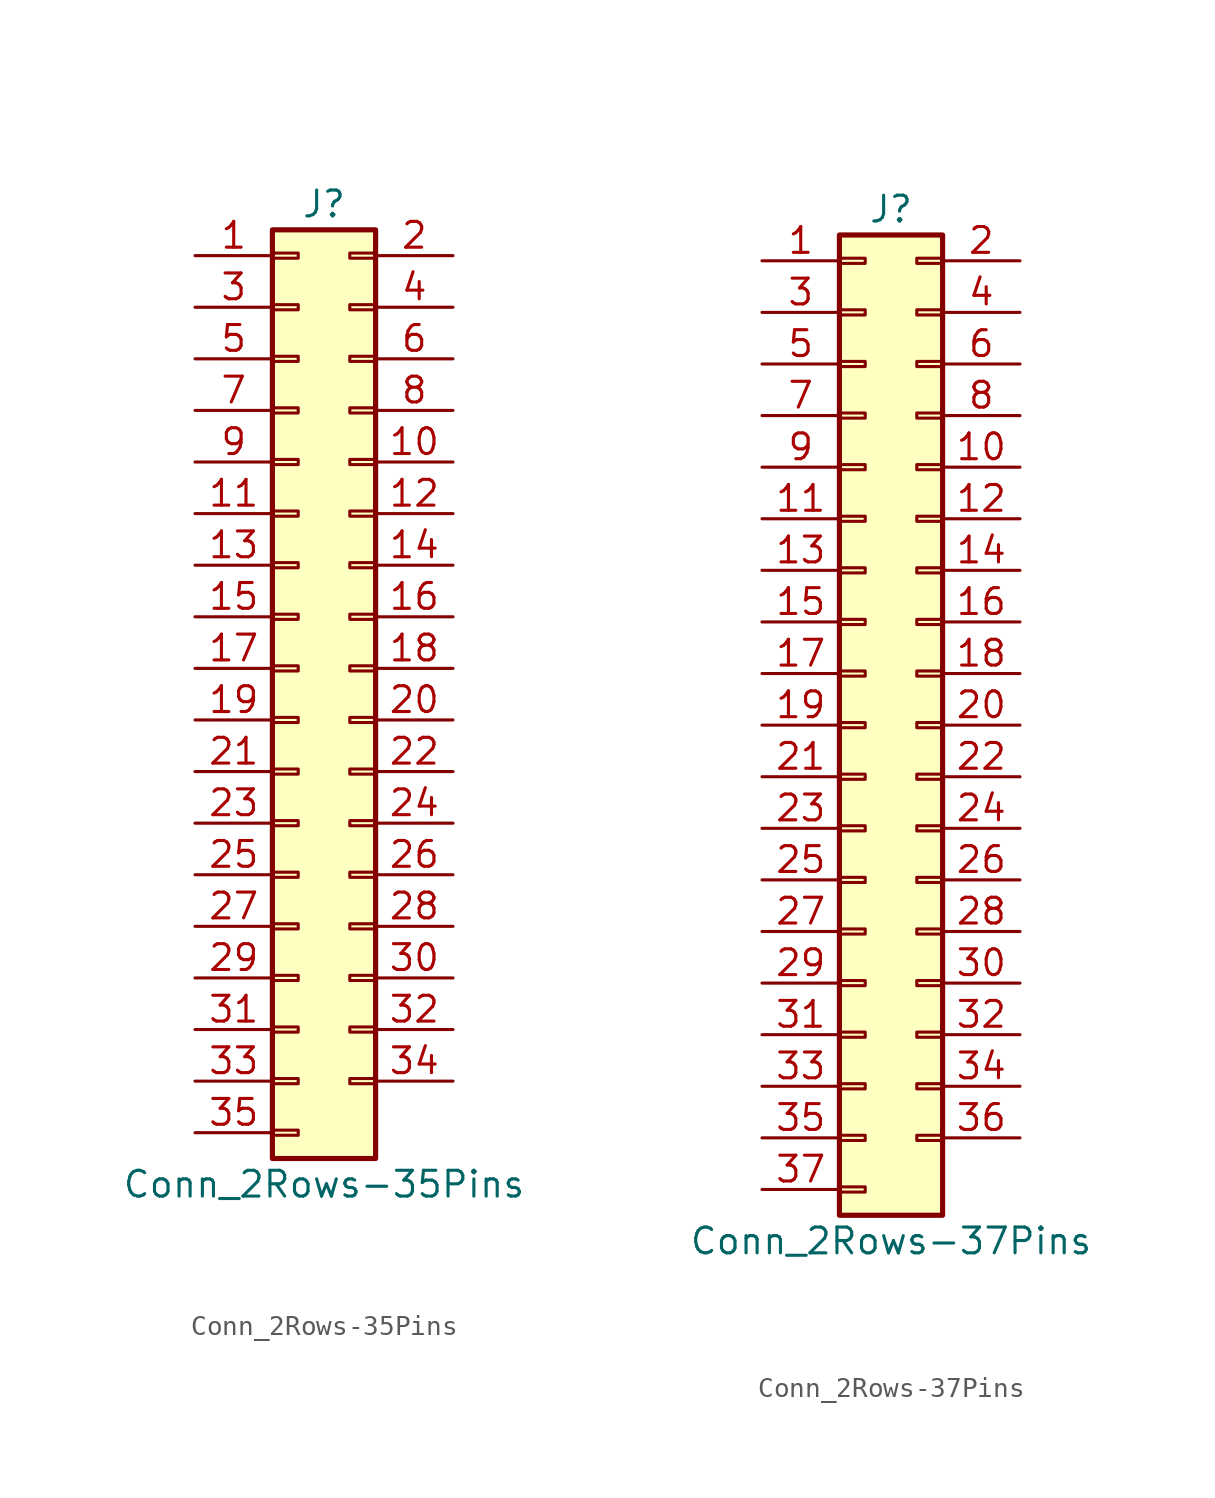
<source format=kicad_sym>
(kicad_symbol_lib
  (version 20200908)
  (generator kicad_symbol_editor)
  (symbol "Connector_Generic:Conn_2Rows-35Pins"
    (pin_names
      (offset 1.016) hide)
    (property "Reference" "J"
      (at 1.27 22.86 0)
      (effects (font (size 1.27 1.27))))
    (property "Value" "Conn_2Rows-35Pins"
      (at 1.27 -25.4 0)
      (effects (font (size 1.27 1.27))))
    (symbol "Conn_2Rows-35Pins_1_1"
      (rectangle (start -1.27 -4.953) (end 0 -5.207) (stroke (width 0.152)) (fill (type none)))
      (rectangle (start -1.27 -7.493) (end 0 -7.747) (stroke (width 0.152)) (fill (type none)))
      (rectangle (start -1.27 -10.033) (end 0 -10.287) (stroke (width 0.152)) (fill (type none)))
      (rectangle (start -1.27 -12.573) (end 0 -12.827) (stroke (width 0.152)) (fill (type none)))
      (rectangle (start -1.27 -15.113) (end 0 -15.367) (stroke (width 0.152)) (fill (type none)))
      (rectangle (start -1.27 -17.653) (end 0 -17.907) (stroke (width 0.152)) (fill (type none)))
      (rectangle (start -1.27 -20.193) (end 0 -20.447) (stroke (width 0.152)) (fill (type none)))
      (rectangle (start -1.27 -22.733) (end 0 -22.987) (stroke (width 0.152)) (fill (type none)))
      (rectangle (start -1.27 -2.413) (end 0 -2.667) (stroke (width 0.152)) (fill (type none)))
      (rectangle (start -1.27 2.667) (end 0 2.413) (stroke (width 0.152)) (fill (type none)))
      (rectangle (start -1.27 5.207) (end 0 4.953) (stroke (width 0.152)) (fill (type none)))
      (rectangle (start -1.27 7.747) (end 0 7.493) (stroke (width 0.152)) (fill (type none)))
      (rectangle (start -1.27 10.287) (end 0 10.033) (stroke (width 0.152)) (fill (type none)))
      (rectangle (start -1.27 0.127) (end 0 -0.127) (stroke (width 0.152)) (fill (type none)))
      (rectangle (start -1.27 12.827) (end 0 12.573) (stroke (width 0.152)) (fill (type none)))
      (rectangle (start -1.27 15.367) (end 0 15.113) (stroke (width 0.152)) (fill (type none)))
      (rectangle (start -1.27 17.907) (end 0 17.653) (stroke (width 0.152)) (fill (type none)))
      (rectangle (start -1.27 20.447) (end 0 20.193) (stroke (width 0.152)) (fill (type none)))
      (rectangle (start -1.27 21.59) (end 3.81 -24.13) (stroke (width 0.254)) (fill (type background)))
      (rectangle (start 3.81 -4.953) (end 2.54 -5.207) (stroke (width 0.152)) (fill (type none)))
      (rectangle (start 3.81 -7.493) (end 2.54 -7.747) (stroke (width 0.152)) (fill (type none)))
      (rectangle (start 3.81 -10.033) (end 2.54 -10.287) (stroke (width 0.152)) (fill (type none)))
      (rectangle (start 3.81 -12.573) (end 2.54 -12.827) (stroke (width 0.152)) (fill (type none)))
      (rectangle (start 3.81 -15.113) (end 2.54 -15.367) (stroke (width 0.152)) (fill (type none)))
      (rectangle (start 3.81 -17.653) (end 2.54 -17.907) (stroke (width 0.152)) (fill (type none)))
      (rectangle (start 3.81 -20.193) (end 2.54 -20.447) (stroke (width 0.152)) (fill (type none)))
      (rectangle (start 3.81 -2.413) (end 2.54 -2.667) (stroke (width 0.152)) (fill (type none)))
      (rectangle (start 3.81 2.667) (end 2.54 2.413) (stroke (width 0.152)) (fill (type none)))
      (rectangle (start 3.81 5.207) (end 2.54 4.953) (stroke (width 0.152)) (fill (type none)))
      (rectangle (start 3.81 7.747) (end 2.54 7.493) (stroke (width 0.152)) (fill (type none)))
      (rectangle (start 3.81 10.287) (end 2.54 10.033) (stroke (width 0.152)) (fill (type none)))
      (rectangle (start 3.81 0.127) (end 2.54 -0.127) (stroke (width 0.152)) (fill (type none)))
      (rectangle (start 3.81 12.827) (end 2.54 12.573) (stroke (width 0.152)) (fill (type none)))
      (rectangle (start 3.81 15.367) (end 2.54 15.113) (stroke (width 0.152)) (fill (type none)))
      (rectangle (start 3.81 17.907) (end 2.54 17.653) (stroke (width 0.152)) (fill (type none)))
      (rectangle (start 3.81 20.447) (end 2.54 20.193) (stroke (width 0.152)) (fill (type none)))
      (pin passive line (at -5.08 20.32 0) (length 3.81) (name "Pin_1" (effects (font (size 1.27 1.27)))) (number "1" (effects (font (size 1.27 1.27)))))
      (pin passive line (at 7.62 10.16 180) (length 3.81) (name "Pin_10" (effects (font (size 1.27 1.27)))) (number "10" (effects (font (size 1.27 1.27)))))
      (pin passive line (at -5.08 7.62 0) (length 3.81) (name "Pin_11" (effects (font (size 1.27 1.27)))) (number "11" (effects (font (size 1.27 1.27)))))
      (pin passive line (at 7.62 7.62 180) (length 3.81) (name "Pin_12" (effects (font (size 1.27 1.27)))) (number "12" (effects (font (size 1.27 1.27)))))
      (pin passive line (at -5.08 5.08 0) (length 3.81) (name "Pin_13" (effects (font (size 1.27 1.27)))) (number "13" (effects (font (size 1.27 1.27)))))
      (pin passive line (at 7.62 5.08 180) (length 3.81) (name "Pin_14" (effects (font (size 1.27 1.27)))) (number "14" (effects (font (size 1.27 1.27)))))
      (pin passive line (at -5.08 2.54 0) (length 3.81) (name "Pin_15" (effects (font (size 1.27 1.27)))) (number "15" (effects (font (size 1.27 1.27)))))
      (pin passive line (at 7.62 2.54 180) (length 3.81) (name "Pin_16" (effects (font (size 1.27 1.27)))) (number "16" (effects (font (size 1.27 1.27)))))
      (pin passive line (at -5.08 0 0) (length 3.81) (name "Pin_17" (effects (font (size 1.27 1.27)))) (number "17" (effects (font (size 1.27 1.27)))))
      (pin passive line (at 7.62 0 180) (length 3.81) (name "Pin_18" (effects (font (size 1.27 1.27)))) (number "18" (effects (font (size 1.27 1.27)))))
      (pin passive line (at -5.08 -2.54 0) (length 3.81) (name "Pin_19" (effects (font (size 1.27 1.27)))) (number "19" (effects (font (size 1.27 1.27)))))
      (pin passive line (at 7.62 20.32 180) (length 3.81) (name "Pin_2" (effects (font (size 1.27 1.27)))) (number "2" (effects (font (size 1.27 1.27)))))
      (pin passive line (at 7.62 -2.54 180) (length 3.81) (name "Pin_20" (effects (font (size 1.27 1.27)))) (number "20" (effects (font (size 1.27 1.27)))))
      (pin passive line (at -5.08 -5.08 0) (length 3.81) (name "Pin_21" (effects (font (size 1.27 1.27)))) (number "21" (effects (font (size 1.27 1.27)))))
      (pin passive line (at 7.62 -5.08 180) (length 3.81) (name "Pin_22" (effects (font (size 1.27 1.27)))) (number "22" (effects (font (size 1.27 1.27)))))
      (pin passive line (at -5.08 -7.62 0) (length 3.81) (name "Pin_23" (effects (font (size 1.27 1.27)))) (number "23" (effects (font (size 1.27 1.27)))))
      (pin passive line (at 7.62 -7.62 180) (length 3.81) (name "Pin_24" (effects (font (size 1.27 1.27)))) (number "24" (effects (font (size 1.27 1.27)))))
      (pin passive line (at -5.08 -10.16 0) (length 3.81) (name "Pin_25" (effects (font (size 1.27 1.27)))) (number "25" (effects (font (size 1.27 1.27)))))
      (pin passive line (at 7.62 -10.16 180) (length 3.81) (name "Pin_26" (effects (font (size 1.27 1.27)))) (number "26" (effects (font (size 1.27 1.27)))))
      (pin passive line (at -5.08 -12.7 0) (length 3.81) (name "Pin_27" (effects (font (size 1.27 1.27)))) (number "27" (effects (font (size 1.27 1.27)))))
      (pin passive line (at 7.62 -12.7 180) (length 3.81) (name "Pin_28" (effects (font (size 1.27 1.27)))) (number "28" (effects (font (size 1.27 1.27)))))
      (pin passive line (at -5.08 -15.24 0) (length 3.81) (name "Pin_29" (effects (font (size 1.27 1.27)))) (number "29" (effects (font (size 1.27 1.27)))))
      (pin passive line (at -5.08 17.78 0) (length 3.81) (name "Pin_3" (effects (font (size 1.27 1.27)))) (number "3" (effects (font (size 1.27 1.27)))))
      (pin passive line (at 7.62 -15.24 180) (length 3.81) (name "Pin_30" (effects (font (size 1.27 1.27)))) (number "30" (effects (font (size 1.27 1.27)))))
      (pin passive line (at -5.08 -17.78 0) (length 3.81) (name "Pin_31" (effects (font (size 1.27 1.27)))) (number "31" (effects (font (size 1.27 1.27)))))
      (pin passive line (at 7.62 -17.78 180) (length 3.81) (name "Pin_32" (effects (font (size 1.27 1.27)))) (number "32" (effects (font (size 1.27 1.27)))))
      (pin passive line (at -5.08 -20.32 0) (length 3.81) (name "Pin_33" (effects (font (size 1.27 1.27)))) (number "33" (effects (font (size 1.27 1.27)))))
      (pin passive line (at 7.62 -20.32 180) (length 3.81) (name "Pin_34" (effects (font (size 1.27 1.27)))) (number "34" (effects (font (size 1.27 1.27)))))
      (pin passive line (at -5.08 -22.86 0) (length 3.81) (name "Pin_35" (effects (font (size 1.27 1.27)))) (number "35" (effects (font (size 1.27 1.27)))))
      (pin passive line (at 7.62 17.78 180) (length 3.81) (name "Pin_4" (effects (font (size 1.27 1.27)))) (number "4" (effects (font (size 1.27 1.27)))))
      (pin passive line (at -5.08 15.24 0) (length 3.81) (name "Pin_5" (effects (font (size 1.27 1.27)))) (number "5" (effects (font (size 1.27 1.27)))))
      (pin passive line (at 7.62 15.24 180) (length 3.81) (name "Pin_6" (effects (font (size 1.27 1.27)))) (number "6" (effects (font (size 1.27 1.27)))))
      (pin passive line (at -5.08 12.7 0) (length 3.81) (name "Pin_7" (effects (font (size 1.27 1.27)))) (number "7" (effects (font (size 1.27 1.27)))))
      (pin passive line (at 7.62 12.7 180) (length 3.81) (name "Pin_8" (effects (font (size 1.27 1.27)))) (number "8" (effects (font (size 1.27 1.27)))))
      (pin passive line (at -5.08 10.16 0) (length 3.81) (name "Pin_9" (effects (font (size 1.27 1.27)))) (number "9" (effects (font (size 1.27 1.27)))))))
  (symbol "Connector_Generic:Conn_2Rows-37Pins"
    (pin_names
      (offset 1.016) hide)
    (property "Reference" "J"
      (at 1.27 25.4 0)
      (effects (font (size 1.27 1.27))))
    (property "Value" "Conn_2Rows-37Pins"
      (at 1.27 -25.4 0)
      (effects (font (size 1.27 1.27))))
    (symbol "Conn_2Rows-37Pins_1_1"
      (rectangle (start -1.27 -4.953) (end 0 -5.207) (stroke (width 0.152)) (fill (type none)))
      (rectangle (start -1.27 -7.493) (end 0 -7.747) (stroke (width 0.152)) (fill (type none)))
      (rectangle (start -1.27 -10.033) (end 0 -10.287) (stroke (width 0.152)) (fill (type none)))
      (rectangle (start -1.27 -12.573) (end 0 -12.827) (stroke (width 0.152)) (fill (type none)))
      (rectangle (start -1.27 -15.113) (end 0 -15.367) (stroke (width 0.152)) (fill (type none)))
      (rectangle (start -1.27 -17.653) (end 0 -17.907) (stroke (width 0.152)) (fill (type none)))
      (rectangle (start -1.27 -20.193) (end 0 -20.447) (stroke (width 0.152)) (fill (type none)))
      (rectangle (start -1.27 -22.733) (end 0 -22.987) (stroke (width 0.152)) (fill (type none)))
      (rectangle (start -1.27 -2.413) (end 0 -2.667) (stroke (width 0.152)) (fill (type none)))
      (rectangle (start -1.27 2.667) (end 0 2.413) (stroke (width 0.152)) (fill (type none)))
      (rectangle (start -1.27 5.207) (end 0 4.953) (stroke (width 0.152)) (fill (type none)))
      (rectangle (start -1.27 7.747) (end 0 7.493) (stroke (width 0.152)) (fill (type none)))
      (rectangle (start -1.27 10.287) (end 0 10.033) (stroke (width 0.152)) (fill (type none)))
      (rectangle (start -1.27 0.127) (end 0 -0.127) (stroke (width 0.152)) (fill (type none)))
      (rectangle (start -1.27 12.827) (end 0 12.573) (stroke (width 0.152)) (fill (type none)))
      (rectangle (start -1.27 15.367) (end 0 15.113) (stroke (width 0.152)) (fill (type none)))
      (rectangle (start -1.27 17.907) (end 0 17.653) (stroke (width 0.152)) (fill (type none)))
      (rectangle (start -1.27 20.447) (end 0 20.193) (stroke (width 0.152)) (fill (type none)))
      (rectangle (start -1.27 22.987) (end 0 22.733) (stroke (width 0.152)) (fill (type none)))
      (rectangle (start -1.27 24.13) (end 3.81 -24.13) (stroke (width 0.254)) (fill (type background)))
      (rectangle (start 3.81 -4.953) (end 2.54 -5.207) (stroke (width 0.152)) (fill (type none)))
      (rectangle (start 3.81 -7.493) (end 2.54 -7.747) (stroke (width 0.152)) (fill (type none)))
      (rectangle (start 3.81 -10.033) (end 2.54 -10.287) (stroke (width 0.152)) (fill (type none)))
      (rectangle (start 3.81 -12.573) (end 2.54 -12.827) (stroke (width 0.152)) (fill (type none)))
      (rectangle (start 3.81 -15.113) (end 2.54 -15.367) (stroke (width 0.152)) (fill (type none)))
      (rectangle (start 3.81 -17.653) (end 2.54 -17.907) (stroke (width 0.152)) (fill (type none)))
      (rectangle (start 3.81 -20.193) (end 2.54 -20.447) (stroke (width 0.152)) (fill (type none)))
      (rectangle (start 3.81 -2.413) (end 2.54 -2.667) (stroke (width 0.152)) (fill (type none)))
      (rectangle (start 3.81 2.667) (end 2.54 2.413) (stroke (width 0.152)) (fill (type none)))
      (rectangle (start 3.81 5.207) (end 2.54 4.953) (stroke (width 0.152)) (fill (type none)))
      (rectangle (start 3.81 7.747) (end 2.54 7.493) (stroke (width 0.152)) (fill (type none)))
      (rectangle (start 3.81 10.287) (end 2.54 10.033) (stroke (width 0.152)) (fill (type none)))
      (rectangle (start 3.81 0.127) (end 2.54 -0.127) (stroke (width 0.152)) (fill (type none)))
      (rectangle (start 3.81 12.827) (end 2.54 12.573) (stroke (width 0.152)) (fill (type none)))
      (rectangle (start 3.81 15.367) (end 2.54 15.113) (stroke (width 0.152)) (fill (type none)))
      (rectangle (start 3.81 17.907) (end 2.54 17.653) (stroke (width 0.152)) (fill (type none)))
      (rectangle (start 3.81 20.447) (end 2.54 20.193) (stroke (width 0.152)) (fill (type none)))
      (rectangle (start 3.81 22.987) (end 2.54 22.733) (stroke (width 0.152)) (fill (type none)))
      (pin passive line (at -5.08 22.86 0) (length 3.81) (name "Pin_1" (effects (font (size 1.27 1.27)))) (number "1" (effects (font (size 1.27 1.27)))))
      (pin passive line (at 7.62 12.7 180) (length 3.81) (name "Pin_10" (effects (font (size 1.27 1.27)))) (number "10" (effects (font (size 1.27 1.27)))))
      (pin passive line (at -5.08 10.16 0) (length 3.81) (name "Pin_11" (effects (font (size 1.27 1.27)))) (number "11" (effects (font (size 1.27 1.27)))))
      (pin passive line (at 7.62 10.16 180) (length 3.81) (name "Pin_12" (effects (font (size 1.27 1.27)))) (number "12" (effects (font (size 1.27 1.27)))))
      (pin passive line (at -5.08 7.62 0) (length 3.81) (name "Pin_13" (effects (font (size 1.27 1.27)))) (number "13" (effects (font (size 1.27 1.27)))))
      (pin passive line (at 7.62 7.62 180) (length 3.81) (name "Pin_14" (effects (font (size 1.27 1.27)))) (number "14" (effects (font (size 1.27 1.27)))))
      (pin passive line (at -5.08 5.08 0) (length 3.81) (name "Pin_15" (effects (font (size 1.27 1.27)))) (number "15" (effects (font (size 1.27 1.27)))))
      (pin passive line (at 7.62 5.08 180) (length 3.81) (name "Pin_16" (effects (font (size 1.27 1.27)))) (number "16" (effects (font (size 1.27 1.27)))))
      (pin passive line (at -5.08 2.54 0) (length 3.81) (name "Pin_17" (effects (font (size 1.27 1.27)))) (number "17" (effects (font (size 1.27 1.27)))))
      (pin passive line (at 7.62 2.54 180) (length 3.81) (name "Pin_18" (effects (font (size 1.27 1.27)))) (number "18" (effects (font (size 1.27 1.27)))))
      (pin passive line (at -5.08 0 0) (length 3.81) (name "Pin_19" (effects (font (size 1.27 1.27)))) (number "19" (effects (font (size 1.27 1.27)))))
      (pin passive line (at 7.62 22.86 180) (length 3.81) (name "Pin_2" (effects (font (size 1.27 1.27)))) (number "2" (effects (font (size 1.27 1.27)))))
      (pin passive line (at 7.62 0 180) (length 3.81) (name "Pin_20" (effects (font (size 1.27 1.27)))) (number "20" (effects (font (size 1.27 1.27)))))
      (pin passive line (at -5.08 -2.54 0) (length 3.81) (name "Pin_21" (effects (font (size 1.27 1.27)))) (number "21" (effects (font (size 1.27 1.27)))))
      (pin passive line (at 7.62 -2.54 180) (length 3.81) (name "Pin_22" (effects (font (size 1.27 1.27)))) (number "22" (effects (font (size 1.27 1.27)))))
      (pin passive line (at -5.08 -5.08 0) (length 3.81) (name "Pin_23" (effects (font (size 1.27 1.27)))) (number "23" (effects (font (size 1.27 1.27)))))
      (pin passive line (at 7.62 -5.08 180) (length 3.81) (name "Pin_24" (effects (font (size 1.27 1.27)))) (number "24" (effects (font (size 1.27 1.27)))))
      (pin passive line (at -5.08 -7.62 0) (length 3.81) (name "Pin_25" (effects (font (size 1.27 1.27)))) (number "25" (effects (font (size 1.27 1.27)))))
      (pin passive line (at 7.62 -7.62 180) (length 3.81) (name "Pin_26" (effects (font (size 1.27 1.27)))) (number "26" (effects (font (size 1.27 1.27)))))
      (pin passive line (at -5.08 -10.16 0) (length 3.81) (name "Pin_27" (effects (font (size 1.27 1.27)))) (number "27" (effects (font (size 1.27 1.27)))))
      (pin passive line (at 7.62 -10.16 180) (length 3.81) (name "Pin_28" (effects (font (size 1.27 1.27)))) (number "28" (effects (font (size 1.27 1.27)))))
      (pin passive line (at -5.08 -12.7 0) (length 3.81) (name "Pin_29" (effects (font (size 1.27 1.27)))) (number "29" (effects (font (size 1.27 1.27)))))
      (pin passive line (at -5.08 20.32 0) (length 3.81) (name "Pin_3" (effects (font (size 1.27 1.27)))) (number "3" (effects (font (size 1.27 1.27)))))
      (pin passive line (at 7.62 -12.7 180) (length 3.81) (name "Pin_30" (effects (font (size 1.27 1.27)))) (number "30" (effects (font (size 1.27 1.27)))))
      (pin passive line (at -5.08 -15.24 0) (length 3.81) (name "Pin_31" (effects (font (size 1.27 1.27)))) (number "31" (effects (font (size 1.27 1.27)))))
      (pin passive line (at 7.62 -15.24 180) (length 3.81) (name "Pin_32" (effects (font (size 1.27 1.27)))) (number "32" (effects (font (size 1.27 1.27)))))
      (pin passive line (at -5.08 -17.78 0) (length 3.81) (name "Pin_33" (effects (font (size 1.27 1.27)))) (number "33" (effects (font (size 1.27 1.27)))))
      (pin passive line (at 7.62 -17.78 180) (length 3.81) (name "Pin_34" (effects (font (size 1.27 1.27)))) (number "34" (effects (font (size 1.27 1.27)))))
      (pin passive line (at -5.08 -20.32 0) (length 3.81) (name "Pin_35" (effects (font (size 1.27 1.27)))) (number "35" (effects (font (size 1.27 1.27)))))
      (pin passive line (at 7.62 -20.32 180) (length 3.81) (name "Pin_36" (effects (font (size 1.27 1.27)))) (number "36" (effects (font (size 1.27 1.27)))))
      (pin passive line (at -5.08 -22.86 0) (length 3.81) (name "Pin_37" (effects (font (size 1.27 1.27)))) (number "37" (effects (font (size 1.27 1.27)))))
      (pin passive line (at 7.62 20.32 180) (length 3.81) (name "Pin_4" (effects (font (size 1.27 1.27)))) (number "4" (effects (font (size 1.27 1.27)))))
      (pin passive line (at -5.08 17.78 0) (length 3.81) (name "Pin_5" (effects (font (size 1.27 1.27)))) (number "5" (effects (font (size 1.27 1.27)))))
      (pin passive line (at 7.62 17.78 180) (length 3.81) (name "Pin_6" (effects (font (size 1.27 1.27)))) (number "6" (effects (font (size 1.27 1.27)))))
      (pin passive line (at -5.08 15.24 0) (length 3.81) (name "Pin_7" (effects (font (size 1.27 1.27)))) (number "7" (effects (font (size 1.27 1.27)))))
      (pin passive line (at 7.62 15.24 180) (length 3.81) (name "Pin_8" (effects (font (size 1.27 1.27)))) (number "8" (effects (font (size 1.27 1.27)))))
      (pin passive line (at -5.08 12.7 0) (length 3.81) (name "Pin_9" (effects (font (size 1.27 1.27)))) (number "9" (effects (font (size 1.27 1.27))))))))
</source>
